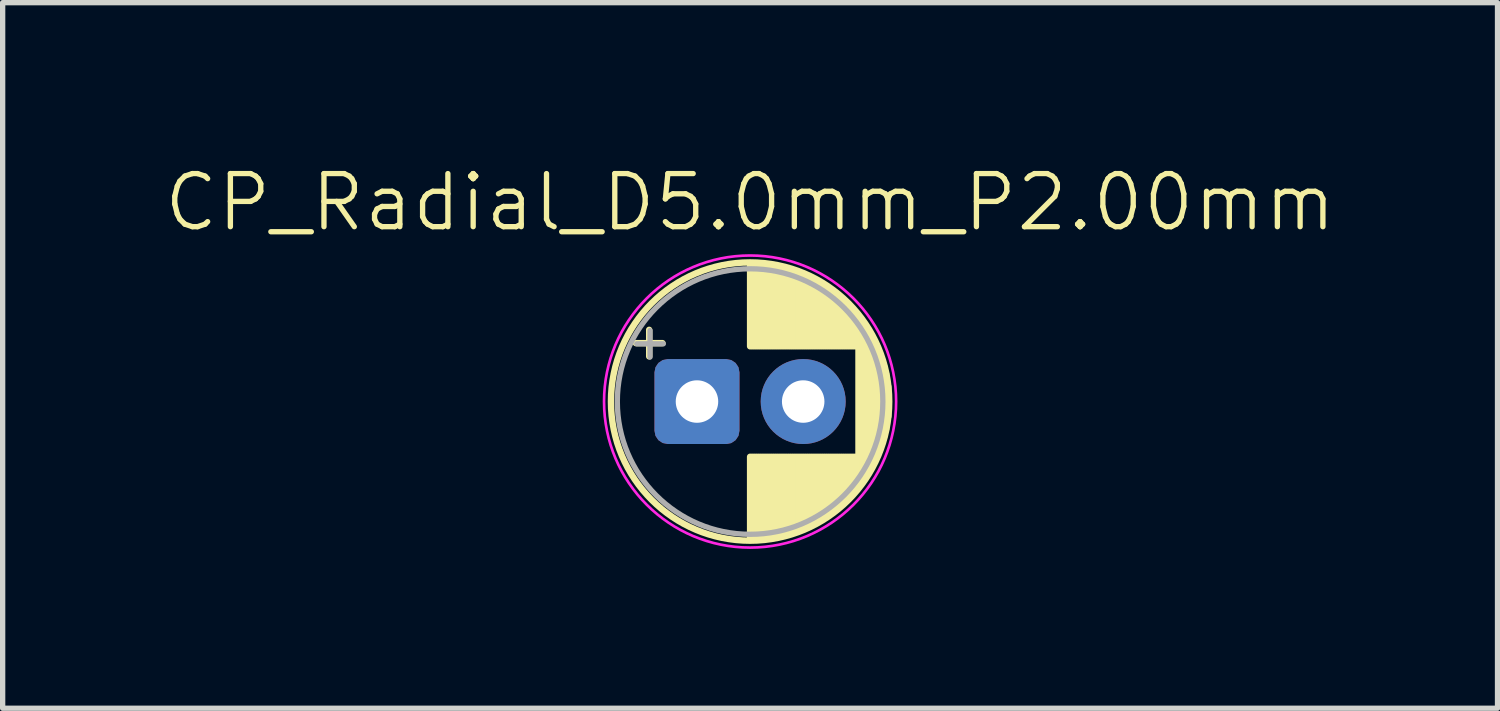
<source format=kicad_pcb>
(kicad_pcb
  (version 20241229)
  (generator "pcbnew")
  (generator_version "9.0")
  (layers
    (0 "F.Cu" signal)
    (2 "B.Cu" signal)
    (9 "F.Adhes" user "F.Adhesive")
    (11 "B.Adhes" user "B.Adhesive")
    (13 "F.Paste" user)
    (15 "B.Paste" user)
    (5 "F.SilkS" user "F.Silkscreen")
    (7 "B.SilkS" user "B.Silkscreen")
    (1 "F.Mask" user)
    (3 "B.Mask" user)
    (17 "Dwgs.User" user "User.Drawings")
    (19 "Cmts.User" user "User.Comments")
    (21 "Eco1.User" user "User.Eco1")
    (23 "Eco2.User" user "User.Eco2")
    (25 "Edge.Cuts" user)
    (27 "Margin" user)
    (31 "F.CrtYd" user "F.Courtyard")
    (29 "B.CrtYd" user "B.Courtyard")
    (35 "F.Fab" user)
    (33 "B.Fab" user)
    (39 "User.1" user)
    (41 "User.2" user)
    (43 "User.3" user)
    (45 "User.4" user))
  (footprint "CP_Radial_D5.0mm_P2.00mm"
    (layer "F.Cu")
    (at 11.074 4.511)
    (property "Reference" "CP_Radial_D5.0mm_P2.00mm" (at 0 -3.75 0) (layer "F.SilkS") (effects (font (size 1 1) (thickness 0.1))))
    (attr through_hole)
    (fp_line (start -2.15 -1.1) (end -1.65 -1.1) (stroke (width 0.12) (type solid)) (layer "F.SilkS"))
    (fp_line (start -1.9 -1.35) (end -1.9 -0.85) (stroke (width 0.12) (type solid)) (layer "F.SilkS"))
    (fp_line (start 0 -2.58) (end 0 -1.04) (stroke (width 0.12) (type solid)) (layer "F.SilkS"))
    (fp_line (start 0 1.04) (end 0 2.58) (stroke (width 0.12) (type solid)) (layer "F.SilkS"))
    (fp_line (start 0.04 -2.58) (end 0.04 -1.04) (stroke (width 0.12) (type solid)) (layer "F.SilkS"))
    (fp_line (start 0.04 1.04) (end 0.04 2.58) (stroke (width 0.12) (type solid)) (layer "F.SilkS"))
    (fp_line (start 0.08 -2.579) (end 0.08 -1.04) (stroke (width 0.12) (type solid)) (layer "F.SilkS"))
    (fp_line (start 0.08 1.04) (end 0.08 2.579) (stroke (width 0.12) (type solid)) (layer "F.SilkS"))
    (fp_line (start 0.12 -2.578) (end 0.12 -1.04) (stroke (width 0.12) (type solid)) (layer "F.SilkS"))
    (fp_line (start 0.12 1.04) (end 0.12 2.578) (stroke (width 0.12) (type solid)) (layer "F.SilkS"))
    (fp_line (start 0.16 -2.576) (end 0.16 -1.04) (stroke (width 0.12) (type solid)) (layer "F.SilkS"))
    (fp_line (start 0.16 1.04) (end 0.16 2.576) (stroke (width 0.12) (type solid)) (layer "F.SilkS"))
    (fp_line (start 0.2 -2.573) (end 0.2 -1.04) (stroke (width 0.12) (type solid)) (layer "F.SilkS"))
    (fp_line (start 0.2 1.04) (end 0.2 2.573) (stroke (width 0.12) (type solid)) (layer "F.SilkS"))
    (fp_line (start 0.24 -2.569) (end 0.24 -1.04) (stroke (width 0.12) (type solid)) (layer "F.SilkS"))
    (fp_line (start 0.24 1.04) (end 0.24 2.569) (stroke (width 0.12) (type solid)) (layer "F.SilkS"))
    (fp_line (start 0.28 -2.565) (end 0.28 -1.04) (stroke (width 0.12) (type solid)) (layer "F.SilkS"))
    (fp_line (start 0.28 1.04) (end 0.28 2.565) (stroke (width 0.12) (type solid)) (layer "F.SilkS"))
    (fp_line (start 0.32 -2.561) (end 0.32 -1.04) (stroke (width 0.12) (type solid)) (layer "F.SilkS"))
    (fp_line (start 0.32 1.04) (end 0.32 2.561) (stroke (width 0.12) (type solid)) (layer "F.SilkS"))
    (fp_line (start 0.36 -2.556) (end 0.36 -1.04) (stroke (width 0.12) (type solid)) (layer "F.SilkS"))
    (fp_line (start 0.36 1.04) (end 0.36 2.556) (stroke (width 0.12) (type solid)) (layer "F.SilkS"))
    (fp_line (start 0.4 -2.55) (end 0.4 -1.04) (stroke (width 0.12) (type solid)) (layer "F.SilkS"))
    (fp_line (start 0.4 1.04) (end 0.4 2.55) (stroke (width 0.12) (type solid)) (layer "F.SilkS"))
    (fp_line (start 0.44 -2.543) (end 0.44 -1.04) (stroke (width 0.12) (type solid)) (layer "F.SilkS"))
    (fp_line (start 0.44 1.04) (end 0.44 2.543) (stroke (width 0.12) (type solid)) (layer "F.SilkS"))
    (fp_line (start 0.48 -2.536) (end 0.48 -1.04) (stroke (width 0.12) (type solid)) (layer "F.SilkS"))
    (fp_line (start 0.48 1.04) (end 0.48 2.536) (stroke (width 0.12) (type solid)) (layer "F.SilkS"))
    (fp_line (start 0.52 -2.528) (end 0.52 -1.04) (stroke (width 0.12) (type solid)) (layer "F.SilkS"))
    (fp_line (start 0.52 1.04) (end 0.52 2.528) (stroke (width 0.12) (type solid)) (layer "F.SilkS"))
    (fp_line (start 0.56 -2.52) (end 0.56 -1.04) (stroke (width 0.12) (type solid)) (layer "F.SilkS"))
    (fp_line (start 0.56 1.04) (end 0.56 2.52) (stroke (width 0.12) (type solid)) (layer "F.SilkS"))
    (fp_line (start 0.6 -2.511) (end 0.6 -1.04) (stroke (width 0.12) (type solid)) (layer "F.SilkS"))
    (fp_line (start 0.6 1.04) (end 0.6 2.511) (stroke (width 0.12) (type solid)) (layer "F.SilkS"))
    (fp_line (start 0.64 -2.501) (end 0.64 -1.04) (stroke (width 0.12) (type solid)) (layer "F.SilkS"))
    (fp_line (start 0.64 1.04) (end 0.64 2.501) (stroke (width 0.12) (type solid)) (layer "F.SilkS"))
    (fp_line (start 0.68 -2.491) (end 0.68 -1.04) (stroke (width 0.12) (type solid)) (layer "F.SilkS"))
    (fp_line (start 0.68 1.04) (end 0.68 2.491) (stroke (width 0.12) (type solid)) (layer "F.SilkS"))
    (fp_line (start 0.721 -2.48) (end 0.721 -1.04) (stroke (width 0.12) (type solid)) (layer "F.SilkS"))
    (fp_line (start 0.721 1.04) (end 0.721 2.48) (stroke (width 0.12) (type solid)) (layer "F.SilkS"))
    (fp_line (start 0.761 -2.468) (end 0.761 -1.04) (stroke (width 0.12) (type solid)) (layer "F.SilkS"))
    (fp_line (start 0.761 1.04) (end 0.761 2.468) (stroke (width 0.12) (type solid)) (layer "F.SilkS"))
    (fp_line (start 0.801 -2.455) (end 0.801 -1.04) (stroke (width 0.12) (type solid)) (layer "F.SilkS"))
    (fp_line (start 0.801 1.04) (end 0.801 2.455) (stroke (width 0.12) (type solid)) (layer "F.SilkS"))
    (fp_line (start 0.841 -2.442) (end 0.841 -1.04) (stroke (width 0.12) (type solid)) (layer "F.SilkS"))
    (fp_line (start 0.841 1.04) (end 0.841 2.442) (stroke (width 0.12) (type solid)) (layer "F.SilkS"))
    (fp_line (start 0.881 -2.428) (end 0.881 -1.04) (stroke (width 0.12) (type solid)) (layer "F.SilkS"))
    (fp_line (start 0.881 1.04) (end 0.881 2.428) (stroke (width 0.12) (type solid)) (layer "F.SilkS"))
    (fp_line (start 0.921 -2.414) (end 0.921 -1.04) (stroke (width 0.12) (type solid)) (layer "F.SilkS"))
    (fp_line (start 0.921 1.04) (end 0.921 2.414) (stroke (width 0.12) (type solid)) (layer "F.SilkS"))
    (fp_line (start 0.961 -2.398) (end 0.961 -1.04) (stroke (width 0.12) (type solid)) (layer "F.SilkS"))
    (fp_line (start 0.961 1.04) (end 0.961 2.398) (stroke (width 0.12) (type solid)) (layer "F.SilkS"))
    (fp_line (start 1.001 -2.382) (end 1.001 -1.04) (stroke (width 0.12) (type solid)) (layer "F.SilkS"))
    (fp_line (start 1.001 1.04) (end 1.001 2.382) (stroke (width 0.12) (type solid)) (layer "F.SilkS"))
    (fp_line (start 1.041 -2.365) (end 1.041 -1.04) (stroke (width 0.12) (type solid)) (layer "F.SilkS"))
    (fp_line (start 1.041 1.04) (end 1.041 2.365) (stroke (width 0.12) (type solid)) (layer "F.SilkS"))
    (fp_line (start 1.081 -2.348) (end 1.081 -1.04) (stroke (width 0.12) (type solid)) (layer "F.SilkS"))
    (fp_line (start 1.081 1.04) (end 1.081 2.348) (stroke (width 0.12) (type solid)) (layer "F.SilkS"))
    (fp_line (start 1.121 -2.329) (end 1.121 -1.04) (stroke (width 0.12) (type solid)) (layer "F.SilkS"))
    (fp_line (start 1.121 1.04) (end 1.121 2.329) (stroke (width 0.12) (type solid)) (layer "F.SilkS"))
    (fp_line (start 1.161 -2.31) (end 1.161 -1.04) (stroke (width 0.12) (type solid)) (layer "F.SilkS"))
    (fp_line (start 1.161 1.04) (end 1.161 2.31) (stroke (width 0.12) (type solid)) (layer "F.SilkS"))
    (fp_line (start 1.201 -2.29) (end 1.201 -1.04) (stroke (width 0.12) (type solid)) (layer "F.SilkS"))
    (fp_line (start 1.201 1.04) (end 1.201 2.29) (stroke (width 0.12) (type solid)) (layer "F.SilkS"))
    (fp_line (start 1.241 -2.268) (end 1.241 -1.04) (stroke (width 0.12) (type solid)) (layer "F.SilkS"))
    (fp_line (start 1.241 1.04) (end 1.241 2.268) (stroke (width 0.12) (type solid)) (layer "F.SilkS"))
    (fp_line (start 1.281 -2.247) (end 1.281 -1.04) (stroke (width 0.12) (type solid)) (layer "F.SilkS"))
    (fp_line (start 1.281 1.04) (end 1.281 2.247) (stroke (width 0.12) (type solid)) (layer "F.SilkS"))
    (fp_line (start 1.321 -2.224) (end 1.321 -1.04) (stroke (width 0.12) (type solid)) (layer "F.SilkS"))
    (fp_line (start 1.321 1.04) (end 1.321 2.224) (stroke (width 0.12) (type solid)) (layer "F.SilkS"))
    (fp_line (start 1.361 -2.2) (end 1.361 -1.04) (stroke (width 0.12) (type solid)) (layer "F.SilkS"))
    (fp_line (start 1.361 1.04) (end 1.361 2.2) (stroke (width 0.12) (type solid)) (layer "F.SilkS"))
    (fp_line (start 1.401 -2.175) (end 1.401 -1.04) (stroke (width 0.12) (type solid)) (layer "F.SilkS"))
    (fp_line (start 1.401 1.04) (end 1.401 2.175) (stroke (width 0.12) (type solid)) (layer "F.SilkS"))
    (fp_line (start 1.441 -2.149) (end 1.441 -1.04) (stroke (width 0.12) (type solid)) (layer "F.SilkS"))
    (fp_line (start 1.441 1.04) (end 1.441 2.149) (stroke (width 0.12) (type solid)) (layer "F.SilkS"))
    (fp_line (start 1.481 -2.122) (end 1.481 -1.04) (stroke (width 0.12) (type solid)) (layer "F.SilkS"))
    (fp_line (start 1.481 1.04) (end 1.481 2.122) (stroke (width 0.12) (type solid)) (layer "F.SilkS"))
    (fp_line (start 1.521 -2.095) (end 1.521 -1.04) (stroke (width 0.12) (type solid)) (layer "F.SilkS"))
    (fp_line (start 1.521 1.04) (end 1.521 2.095) (stroke (width 0.12) (type solid)) (layer "F.SilkS"))
    (fp_line (start 1.561 -2.065) (end 1.561 -1.04) (stroke (width 0.12) (type solid)) (layer "F.SilkS"))
    (fp_line (start 1.561 1.04) (end 1.561 2.065) (stroke (width 0.12) (type solid)) (layer "F.SilkS"))
    (fp_line (start 1.601 -2.035) (end 1.601 -1.04) (stroke (width 0.12) (type solid)) (layer "F.SilkS"))
    (fp_line (start 1.601 1.04) (end 1.601 2.035) (stroke (width 0.12) (type solid)) (layer "F.SilkS"))
    (fp_line (start 1.641 -2.004) (end 1.641 -1.04) (stroke (width 0.12) (type solid)) (layer "F.SilkS"))
    (fp_line (start 1.641 1.04) (end 1.641 2.004) (stroke (width 0.12) (type solid)) (layer "F.SilkS"))
    (fp_line (start 1.681 -1.971) (end 1.681 -1.04) (stroke (width 0.12) (type solid)) (layer "F.SilkS"))
    (fp_line (start 1.681 1.04) (end 1.681 1.971) (stroke (width 0.12) (type solid)) (layer "F.SilkS"))
    (fp_line (start 1.721 -1.937) (end 1.721 -1.04) (stroke (width 0.12) (type solid)) (layer "F.SilkS"))
    (fp_line (start 1.721 1.04) (end 1.721 1.937) (stroke (width 0.12) (type solid)) (layer "F.SilkS"))
    (fp_line (start 1.761 -1.901) (end 1.761 -1.04) (stroke (width 0.12) (type solid)) (layer "F.SilkS"))
    (fp_line (start 1.761 1.04) (end 1.761 1.901) (stroke (width 0.12) (type solid)) (layer "F.SilkS"))
    (fp_line (start 1.801 -1.864) (end 1.801 -1.04) (stroke (width 0.12) (type solid)) (layer "F.SilkS"))
    (fp_line (start 1.801 1.04) (end 1.801 1.864) (stroke (width 0.12) (type solid)) (layer "F.SilkS"))
    (fp_line (start 1.841 -1.826) (end 1.841 -1.04) (stroke (width 0.12) (type solid)) (layer "F.SilkS"))
    (fp_line (start 1.841 1.04) (end 1.841 1.826) (stroke (width 0.12) (type solid)) (layer "F.SilkS"))
    (fp_line (start 1.881 -1.785) (end 1.881 -1.04) (stroke (width 0.12) (type solid)) (layer "F.SilkS"))
    (fp_line (start 1.881 1.04) (end 1.881 1.785) (stroke (width 0.12) (type solid)) (layer "F.SilkS"))
    (fp_line (start 1.921 -1.743) (end 1.921 -1.04) (stroke (width 0.12) (type solid)) (layer "F.SilkS"))
    (fp_line (start 1.921 1.04) (end 1.921 1.743) (stroke (width 0.12) (type solid)) (layer "F.SilkS"))
    (fp_line (start 1.961 -1.699) (end 1.961 -1.04) (stroke (width 0.12) (type solid)) (layer "F.SilkS"))
    (fp_line (start 1.961 1.04) (end 1.961 1.699) (stroke (width 0.12) (type solid)) (layer "F.SilkS"))
    (fp_line (start 2.001 -1.653) (end 2.001 -1.04) (stroke (width 0.12) (type solid)) (layer "F.SilkS"))
    (fp_line (start 2.001 1.04) (end 2.001 1.653) (stroke (width 0.12) (type solid)) (layer "F.SilkS"))
    (fp_line (start 2.041 -1.605) (end 2.041 1.605) (stroke (width 0.12) (type solid)) (layer "F.SilkS"))
    (fp_line (start 2.081 -1.554) (end 2.081 1.554) (stroke (width 0.12) (type solid)) (layer "F.SilkS"))
    (fp_line (start 2.121 -1.5) (end 2.121 1.5) (stroke (width 0.12) (type solid)) (layer "F.SilkS"))
    (fp_line (start 2.161 -1.443) (end 2.161 1.443) (stroke (width 0.12) (type solid)) (layer "F.SilkS"))
    (fp_line (start 2.201 -1.383) (end 2.201 1.383) (stroke (width 0.12) (type solid)) (layer "F.SilkS"))
    (fp_line (start 2.241 -1.319) (end 2.241 1.319) (stroke (width 0.12) (type solid)) (layer "F.SilkS"))
    (fp_line (start 2.281 -1.251) (end 2.281 1.251) (stroke (width 0.12) (type solid)) (layer "F.SilkS"))
    (fp_line (start 2.321 -1.178) (end 2.321 1.178) (stroke (width 0.12) (type solid)) (layer "F.SilkS"))
    (fp_line (start 2.361 -1.098) (end 2.361 1.098) (stroke (width 0.12) (type solid)) (layer "F.SilkS"))
    (fp_line (start 2.401 -1.011) (end 2.401 1.011) (stroke (width 0.12) (type solid)) (layer "F.SilkS"))
    (fp_line (start 2.441 -0.915) (end 2.441 0.915) (stroke (width 0.12) (type solid)) (layer "F.SilkS"))
    (fp_line (start 2.481 -0.805) (end 2.481 0.805) (stroke (width 0.12) (type solid)) (layer "F.SilkS"))
    (fp_line (start 2.521 -0.677) (end 2.521 0.677) (stroke (width 0.12) (type solid)) (layer "F.SilkS"))
    (fp_line (start 2.561 -0.518) (end 2.561 0.518) (stroke (width 0.12) (type solid)) (layer "F.SilkS"))
    (fp_line (start 2.601 -0.284) (end 2.601 0.284) (stroke (width 0.12) (type solid)) (layer "F.SilkS"))
    (fp_circle (center 0 0) (end 2.62 0) (stroke (width 0.12) (type solid)) (fill no) (layer "F.SilkS"))
    (fp_circle (center 0 0) (end 2.75 0) (stroke (width 0.05) (type solid)) (fill no) (layer "F.CrtYd"))
    (fp_line (start -2.134 -1.087) (end -1.634 -1.087) (stroke (width 0.1) (type solid)) (layer "F.Fab"))
    (fp_line (start -1.884 -1.337) (end -1.884 -0.838) (stroke (width 0.1) (type solid)) (layer "F.Fab"))
    (fp_circle (center 0 0) (end 2.5 0) (stroke (width 0.1) (type solid)) (fill no) (layer "F.Fab"))
    (pad "1" thru_hole roundrect (at -1 0) (size 1.6 1.6) (drill 0.8) (layers "*.Cu" "*.Mask") (roundrect_rratio 0.156))
    (pad "2" thru_hole circle (at 1 0) (size 1.6 1.6) (drill 0.8) (layers "*.Cu" "*.Mask")))
  (gr_rect
    (start -3 -3)
    (end 25.148 10.286)
    (stroke (width 0.1) (type default))
    (fill no)
    (layer "Edge.Cuts")))
</source>
